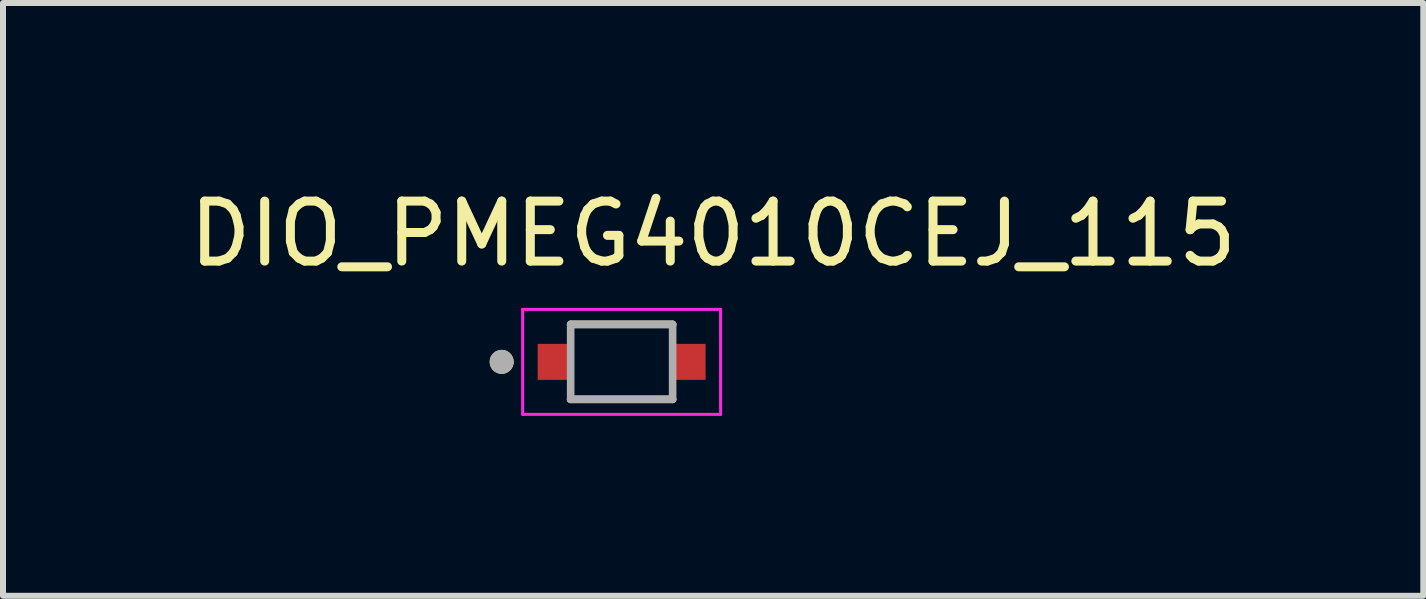
<source format=kicad_pcb>
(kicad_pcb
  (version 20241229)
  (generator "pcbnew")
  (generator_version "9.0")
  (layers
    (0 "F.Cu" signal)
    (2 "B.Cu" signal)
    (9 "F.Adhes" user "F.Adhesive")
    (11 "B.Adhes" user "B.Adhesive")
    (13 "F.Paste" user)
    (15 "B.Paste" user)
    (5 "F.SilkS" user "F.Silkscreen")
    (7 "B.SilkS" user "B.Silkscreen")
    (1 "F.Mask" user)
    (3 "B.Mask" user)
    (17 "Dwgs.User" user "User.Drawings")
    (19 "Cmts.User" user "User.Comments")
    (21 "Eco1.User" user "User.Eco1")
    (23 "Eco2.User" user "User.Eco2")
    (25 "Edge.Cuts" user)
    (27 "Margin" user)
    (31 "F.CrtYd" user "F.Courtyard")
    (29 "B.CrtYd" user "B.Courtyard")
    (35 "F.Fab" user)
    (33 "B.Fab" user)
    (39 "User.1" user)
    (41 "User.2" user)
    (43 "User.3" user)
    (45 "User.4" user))
  (footprint "DIO_PMEG4010CEJ_115"
    (layer "F.Cu")
    (at 7.314 2.983)
    (property "Reference" "DIO_PMEG4010CEJ_115" (at 1.525 -2.135 0) (layer "F.SilkS") (effects (font (size 1 1) (thickness 0.15))))
    (attr smd)
    (fp_line (start -0.85 -0.625) (end 0.85 -0.625) (stroke (width 0.127) (type solid)) (layer "F.SilkS"))
    (fp_line (start 0.85 0.625) (end -0.85 0.625) (stroke (width 0.127) (type solid)) (layer "F.SilkS"))
    (fp_circle (center -2 0) (end -1.9 0) (stroke (width 0.2) (type solid)) (fill no) (layer "F.SilkS"))
    (fp_poly (pts (xy -1.35 -0.25) (xy -0.85 -0.25) (xy -0.85 0.25) (xy -1.35 0.25)) (stroke (width 0.01) (type solid)) (fill yes) (layer "F.Paste"))
    (fp_poly (pts (xy 0.85 -0.25) (xy 1.35 -0.25) (xy 1.35 0.25) (xy 0.85 0.25)) (stroke (width 0.01) (type solid)) (fill yes) (layer "F.Paste"))
    (fp_line (start -1.65 -0.875) (end -1.65 0.875) (stroke (width 0.05) (type solid)) (layer "F.CrtYd"))
    (fp_line (start -1.65 0.875) (end 1.65 0.875) (stroke (width 0.05) (type solid)) (layer "F.CrtYd"))
    (fp_line (start 1.65 -0.875) (end -1.65 -0.875) (stroke (width 0.05) (type solid)) (layer "F.CrtYd"))
    (fp_line (start 1.65 0.875) (end 1.65 -0.875) (stroke (width 0.05) (type solid)) (layer "F.CrtYd"))
    (fp_line (start -0.85 -0.625) (end 0.85 -0.625) (stroke (width 0.127) (type solid)) (layer "F.Fab"))
    (fp_line (start -0.85 0.625) (end -0.85 -0.625) (stroke (width 0.127) (type solid)) (layer "F.Fab"))
    (fp_line (start 0.85 -0.625) (end 0.85 0.625) (stroke (width 0.127) (type solid)) (layer "F.Fab"))
    (fp_line (start 0.85 0.625) (end -0.85 0.625) (stroke (width 0.127) (type solid)) (layer "F.Fab"))
    (fp_circle (center -2 0) (end -1.9 0) (stroke (width 0.2) (type solid)) (fill no) (layer "F.Fab"))
    (pad "1" smd rect (at -1.1 0) (size 0.6 0.6) (layers "F.Cu" "F.Mask"))
    (pad "2" smd rect (at 1.1 0) (size 0.6 0.6) (layers "F.Cu" "F.Mask")))
  (gr_rect
    (start -3 -3)
    (end 20.679 6.883)
    (stroke (width 0.1) (type default))
    (fill no)
    (layer "Edge.Cuts")))
</source>
